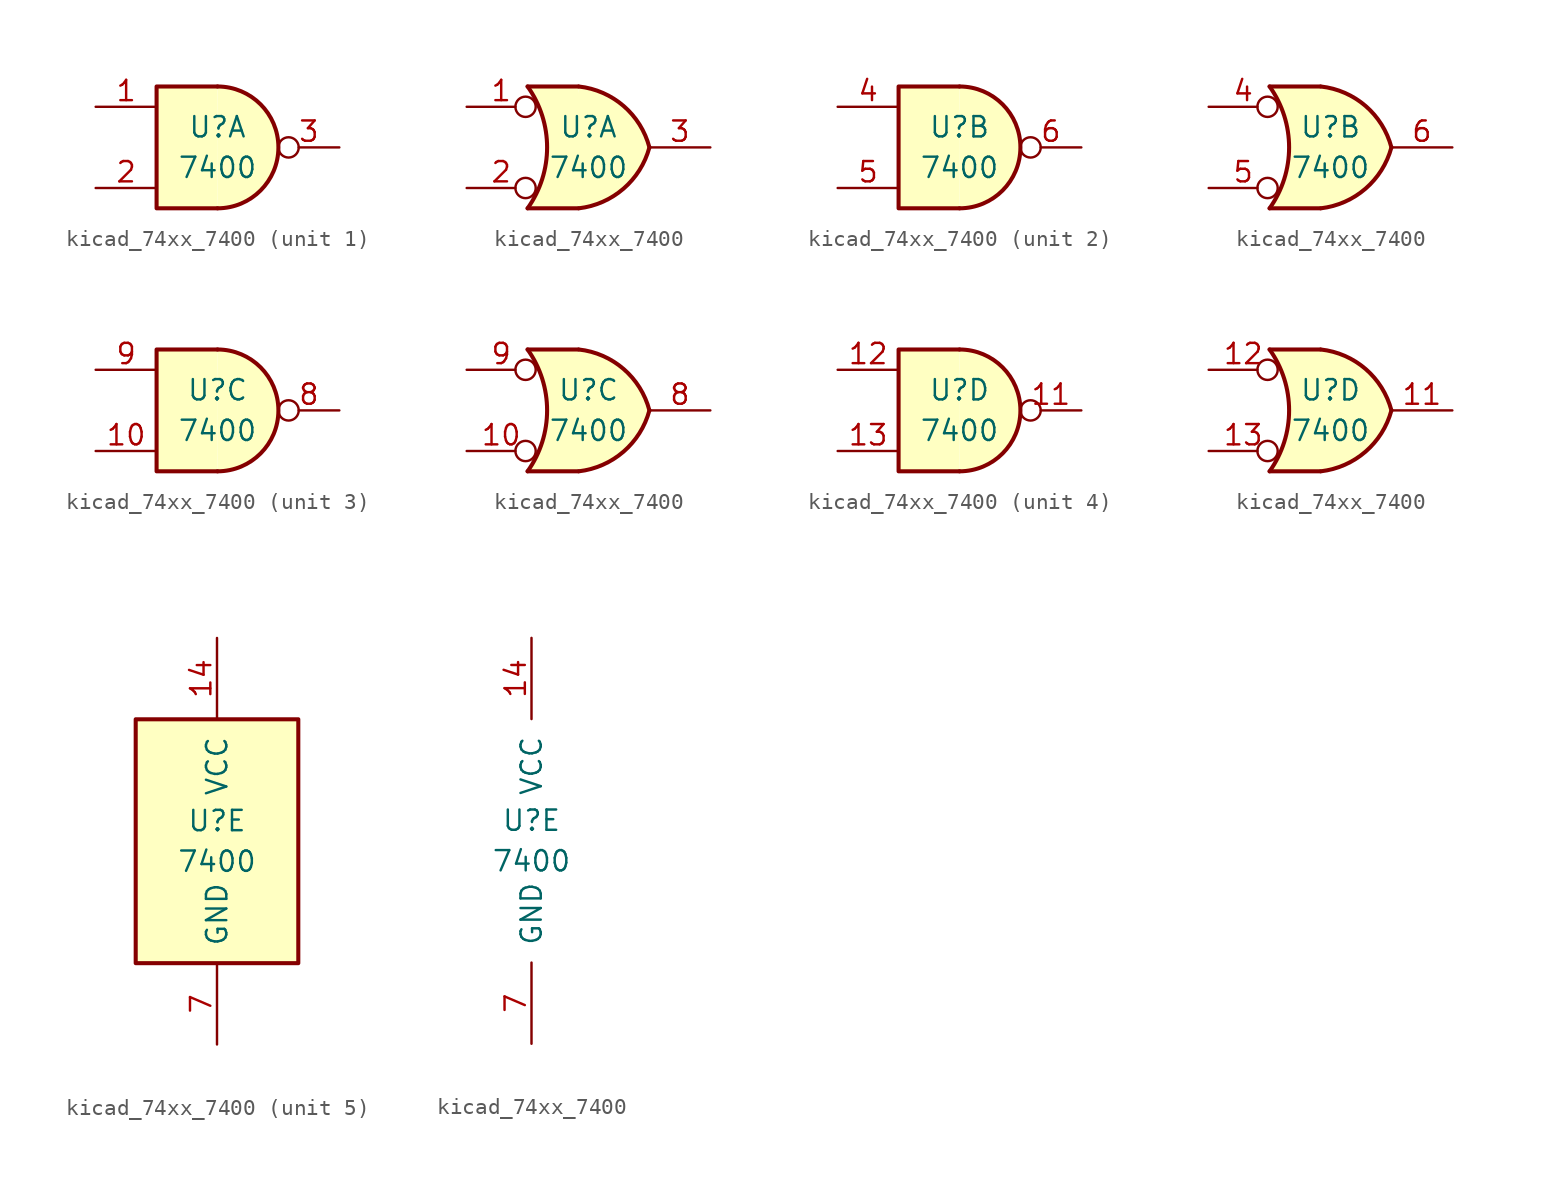
<source format=kicad_sym>
(kicad_symbol_lib
  (version 20220914)
  (generator kicad_symbol_editor)
  (symbol "kicad_74xx_7400"
    (pin_names
      (offset 1.016))
    (property "Reference" "U"
      (at 0 1.27 0)
      (effects (font (size 1.27 1.27))))
    (property "Value" "7400"
      (at 0 -1.27 0)
      (effects (font (size 1.27 1.27))))
    (property "ki_locked" ""
      (at 0 0 0)
      (effects (font (size 1.27 1.27))))
    (symbol "kicad_74xx_7400_1_1"
      (arc (start 0 -3.81) (mid 3.7934 0) (end 0 3.81) (stroke (width 0.254) (type default)) (fill (type background)))
      (polyline (pts (xy 0 3.81) (xy -3.81 3.81) (xy -3.81 -3.81) (xy 0 -3.81)) (stroke (width 0.254) (type default)) (fill (type background)))
      (pin input line (at -7.62 2.54 0) (length 3.81) (name "~" (effects (font (size 1.27 1.27)))) (number "1" (effects (font (size 1.27 1.27)))))
      (pin input line (at -7.62 -2.54 0) (length 3.81) (name "~" (effects (font (size 1.27 1.27)))) (number "2" (effects (font (size 1.27 1.27)))))
      (pin output inverted (at 7.62 0 180) (length 3.81) (name "~" (effects (font (size 1.27 1.27)))) (number "3" (effects (font (size 1.27 1.27))))))
    (symbol "kicad_74xx_7400_1_2"
      (arc (start -3.81 -3.81) (mid -2.589 0) (end -3.81 3.81) (stroke (width 0.254) (type default)) (fill (type none)))
      (arc (start -0.6096 -3.81) (mid 2.1842 -2.5851) (end 3.81 0) (stroke (width 0.254) (type default)) (fill (type background)))
      (polyline (pts (xy -3.81 -3.81) (xy -0.635 -3.81)) (stroke (width 0.254) (type default)) (fill (type background)))
      (polyline (pts (xy -3.81 3.81) (xy -0.635 3.81)) (stroke (width 0.254) (type default)) (fill (type background)))
      (polyline (pts (xy -0.635 3.81) (xy -3.81 3.81) (xy -3.81 3.81) (xy -3.556 3.404) (xy -3.023 2.261) (xy -2.692 1.041) (xy -2.616 -0.254) (xy -2.769 -1.499) (xy -3.175 -2.718) (xy -3.81 -3.81) (xy -3.81 -3.81) (xy -0.635 -3.81)) (stroke (width -25.4) (type default)) (fill (type background)))
      (arc (start 3.81 0) (mid 2.1915 2.5936) (end -0.6096 3.81) (stroke (width 0.254) (type default)) (fill (type background)))
      (pin input inverted (at -7.62 2.54 0) (length 4.318) (name "~" (effects (font (size 1.27 1.27)))) (number "1" (effects (font (size 1.27 1.27)))))
      (pin input inverted (at -7.62 -2.54 0) (length 4.318) (name "~" (effects (font (size 1.27 1.27)))) (number "2" (effects (font (size 1.27 1.27)))))
      (pin output line (at 7.62 0 180) (length 3.81) (name "~" (effects (font (size 1.27 1.27)))) (number "3" (effects (font (size 1.27 1.27))))))
    (symbol "kicad_74xx_7400_2_1"
      (arc (start 0 -3.81) (mid 3.7934 0) (end 0 3.81) (stroke (width 0.254) (type default)) (fill (type background)))
      (polyline (pts (xy 0 3.81) (xy -3.81 3.81) (xy -3.81 -3.81) (xy 0 -3.81)) (stroke (width 0.254) (type default)) (fill (type background)))
      (pin input line (at -7.62 2.54 0) (length 3.81) (name "~" (effects (font (size 1.27 1.27)))) (number "4" (effects (font (size 1.27 1.27)))))
      (pin input line (at -7.62 -2.54 0) (length 3.81) (name "~" (effects (font (size 1.27 1.27)))) (number "5" (effects (font (size 1.27 1.27)))))
      (pin output inverted (at 7.62 0 180) (length 3.81) (name "~" (effects (font (size 1.27 1.27)))) (number "6" (effects (font (size 1.27 1.27))))))
    (symbol "kicad_74xx_7400_2_2"
      (arc (start -3.81 -3.81) (mid -2.589 0) (end -3.81 3.81) (stroke (width 0.254) (type default)) (fill (type none)))
      (arc (start -0.6096 -3.81) (mid 2.1842 -2.5851) (end 3.81 0) (stroke (width 0.254) (type default)) (fill (type background)))
      (polyline (pts (xy -3.81 -3.81) (xy -0.635 -3.81)) (stroke (width 0.254) (type default)) (fill (type background)))
      (polyline (pts (xy -3.81 3.81) (xy -0.635 3.81)) (stroke (width 0.254) (type default)) (fill (type background)))
      (polyline (pts (xy -0.635 3.81) (xy -3.81 3.81) (xy -3.81 3.81) (xy -3.556 3.404) (xy -3.023 2.261) (xy -2.692 1.041) (xy -2.616 -0.254) (xy -2.769 -1.499) (xy -3.175 -2.718) (xy -3.81 -3.81) (xy -3.81 -3.81) (xy -0.635 -3.81)) (stroke (width -25.4) (type default)) (fill (type background)))
      (arc (start 3.81 0) (mid 2.1915 2.5936) (end -0.6096 3.81) (stroke (width 0.254) (type default)) (fill (type background)))
      (pin input inverted (at -7.62 2.54 0) (length 4.318) (name "~" (effects (font (size 1.27 1.27)))) (number "4" (effects (font (size 1.27 1.27)))))
      (pin input inverted (at -7.62 -2.54 0) (length 4.318) (name "~" (effects (font (size 1.27 1.27)))) (number "5" (effects (font (size 1.27 1.27)))))
      (pin output line (at 7.62 0 180) (length 3.81) (name "~" (effects (font (size 1.27 1.27)))) (number "6" (effects (font (size 1.27 1.27))))))
    (symbol "kicad_74xx_7400_3_1"
      (arc (start 0 -3.81) (mid 3.7934 0) (end 0 3.81) (stroke (width 0.254) (type default)) (fill (type background)))
      (polyline (pts (xy 0 3.81) (xy -3.81 3.81) (xy -3.81 -3.81) (xy 0 -3.81)) (stroke (width 0.254) (type default)) (fill (type background)))
      (pin input line (at -7.62 -2.54 0) (length 3.81) (name "~" (effects (font (size 1.27 1.27)))) (number "10" (effects (font (size 1.27 1.27)))))
      (pin output inverted (at 7.62 0 180) (length 3.81) (name "~" (effects (font (size 1.27 1.27)))) (number "8" (effects (font (size 1.27 1.27)))))
      (pin input line (at -7.62 2.54 0) (length 3.81) (name "~" (effects (font (size 1.27 1.27)))) (number "9" (effects (font (size 1.27 1.27))))))
    (symbol "kicad_74xx_7400_3_2"
      (arc (start -3.81 -3.81) (mid -2.589 0) (end -3.81 3.81) (stroke (width 0.254) (type default)) (fill (type none)))
      (arc (start -0.6096 -3.81) (mid 2.1842 -2.5851) (end 3.81 0) (stroke (width 0.254) (type default)) (fill (type background)))
      (polyline (pts (xy -3.81 -3.81) (xy -0.635 -3.81)) (stroke (width 0.254) (type default)) (fill (type background)))
      (polyline (pts (xy -3.81 3.81) (xy -0.635 3.81)) (stroke (width 0.254) (type default)) (fill (type background)))
      (polyline (pts (xy -0.635 3.81) (xy -3.81 3.81) (xy -3.81 3.81) (xy -3.556 3.404) (xy -3.023 2.261) (xy -2.692 1.041) (xy -2.616 -0.254) (xy -2.769 -1.499) (xy -3.175 -2.718) (xy -3.81 -3.81) (xy -3.81 -3.81) (xy -0.635 -3.81)) (stroke (width -25.4) (type default)) (fill (type background)))
      (arc (start 3.81 0) (mid 2.1915 2.5936) (end -0.6096 3.81) (stroke (width 0.254) (type default)) (fill (type background)))
      (pin input inverted (at -7.62 -2.54 0) (length 4.318) (name "~" (effects (font (size 1.27 1.27)))) (number "10" (effects (font (size 1.27 1.27)))))
      (pin output line (at 7.62 0 180) (length 3.81) (name "~" (effects (font (size 1.27 1.27)))) (number "8" (effects (font (size 1.27 1.27)))))
      (pin input inverted (at -7.62 2.54 0) (length 4.318) (name "~" (effects (font (size 1.27 1.27)))) (number "9" (effects (font (size 1.27 1.27))))))
    (symbol "kicad_74xx_7400_4_1"
      (arc (start 0 -3.81) (mid 3.7934 0) (end 0 3.81) (stroke (width 0.254) (type default)) (fill (type background)))
      (polyline (pts (xy 0 3.81) (xy -3.81 3.81) (xy -3.81 -3.81) (xy 0 -3.81)) (stroke (width 0.254) (type default)) (fill (type background)))
      (pin output inverted (at 7.62 0 180) (length 3.81) (name "~" (effects (font (size 1.27 1.27)))) (number "11" (effects (font (size 1.27 1.27)))))
      (pin input line (at -7.62 2.54 0) (length 3.81) (name "~" (effects (font (size 1.27 1.27)))) (number "12" (effects (font (size 1.27 1.27)))))
      (pin input line (at -7.62 -2.54 0) (length 3.81) (name "~" (effects (font (size 1.27 1.27)))) (number "13" (effects (font (size 1.27 1.27))))))
    (symbol "kicad_74xx_7400_4_2"
      (arc (start -3.81 -3.81) (mid -2.589 0) (end -3.81 3.81) (stroke (width 0.254) (type default)) (fill (type none)))
      (arc (start -0.6096 -3.81) (mid 2.1842 -2.5851) (end 3.81 0) (stroke (width 0.254) (type default)) (fill (type background)))
      (polyline (pts (xy -3.81 -3.81) (xy -0.635 -3.81)) (stroke (width 0.254) (type default)) (fill (type background)))
      (polyline (pts (xy -3.81 3.81) (xy -0.635 3.81)) (stroke (width 0.254) (type default)) (fill (type background)))
      (polyline (pts (xy -0.635 3.81) (xy -3.81 3.81) (xy -3.81 3.81) (xy -3.556 3.404) (xy -3.023 2.261) (xy -2.692 1.041) (xy -2.616 -0.254) (xy -2.769 -1.499) (xy -3.175 -2.718) (xy -3.81 -3.81) (xy -3.81 -3.81) (xy -0.635 -3.81)) (stroke (width -25.4) (type default)) (fill (type background)))
      (arc (start 3.81 0) (mid 2.1915 2.5936) (end -0.6096 3.81) (stroke (width 0.254) (type default)) (fill (type background)))
      (pin output line (at 7.62 0 180) (length 3.81) (name "~" (effects (font (size 1.27 1.27)))) (number "11" (effects (font (size 1.27 1.27)))))
      (pin input inverted (at -7.62 2.54 0) (length 4.318) (name "~" (effects (font (size 1.27 1.27)))) (number "12" (effects (font (size 1.27 1.27)))))
      (pin input inverted (at -7.62 -2.54 0) (length 4.318) (name "~" (effects (font (size 1.27 1.27)))) (number "13" (effects (font (size 1.27 1.27))))))
    (symbol "kicad_74xx_7400_5_0"
      (pin power_in line (at 0 12.7 270) (length 5.08) (name "VCC" (effects (font (size 1.27 1.27)))) (number "14" (effects (font (size 1.27 1.27)))))
      (pin power_in line (at 0 -12.7 90) (length 5.08) (name "GND" (effects (font (size 1.27 1.27)))) (number "7" (effects (font (size 1.27 1.27))))))
    (symbol "kicad_74xx_7400_5_1"
      (rectangle (start -5.08 7.62) (end 5.08 -7.62) (stroke (width 0.254) (type default)) (fill (type background))))))
</source>
